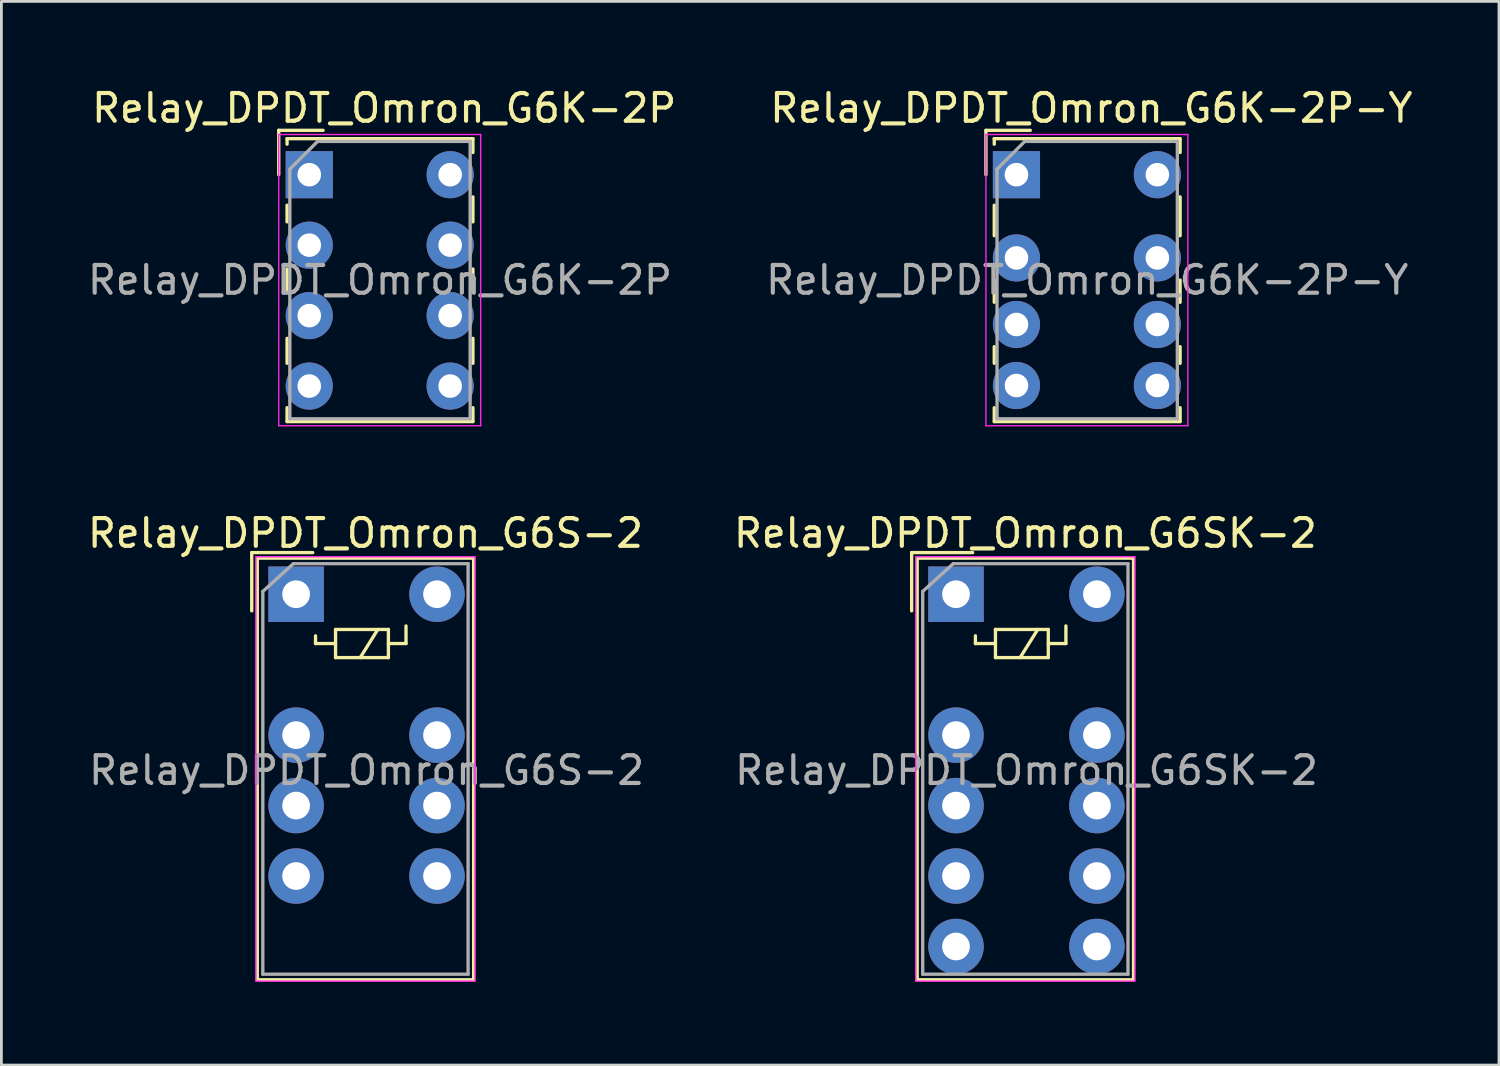
<source format=kicad_pcb>
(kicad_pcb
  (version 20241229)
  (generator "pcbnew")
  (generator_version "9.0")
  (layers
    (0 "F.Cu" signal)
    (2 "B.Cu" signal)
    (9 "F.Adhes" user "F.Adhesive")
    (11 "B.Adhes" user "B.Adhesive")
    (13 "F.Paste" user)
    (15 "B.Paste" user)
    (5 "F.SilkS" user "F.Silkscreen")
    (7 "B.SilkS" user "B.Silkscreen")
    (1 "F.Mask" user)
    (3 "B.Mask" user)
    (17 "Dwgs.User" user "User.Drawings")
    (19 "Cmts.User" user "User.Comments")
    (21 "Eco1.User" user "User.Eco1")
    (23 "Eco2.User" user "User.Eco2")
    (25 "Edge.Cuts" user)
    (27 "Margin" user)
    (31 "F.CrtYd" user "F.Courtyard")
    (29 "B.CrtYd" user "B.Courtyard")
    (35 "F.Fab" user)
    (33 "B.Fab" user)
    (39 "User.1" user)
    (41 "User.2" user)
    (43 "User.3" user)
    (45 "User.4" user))
  (footprint "Relay_DPDT_Omron_G6K-2P"
    (layer "F.Cu")
    (at 8.099 3.248)
    (property "Reference" "Relay_DPDT_Omron_G6K-2P" (at 2.7 -2.4 0) (layer "F.SilkS") (effects (font (size 1 1) (thickness 0.15))))
    (attr through_hole)
    (fp_line (start -1.1 -1.6) (end 0.5 -1.6) (stroke (width 0.12) (type solid)) (layer "F.SilkS"))
    (fp_line (start -1.1 0) (end -1.1 -1.6) (stroke (width 0.12) (type solid)) (layer "F.SilkS"))
    (fp_line (start -0.8 -1.3) (end -0.8 -1.1) (stroke (width 0.12) (type solid)) (layer "F.SilkS"))
    (fp_line (start -0.8 -1.3) (end 5.9 -1.3) (stroke (width 0.12) (type solid)) (layer "F.SilkS"))
    (fp_line (start -0.8 1.7) (end -0.8 1.1) (stroke (width 0.12) (type solid)) (layer "F.SilkS"))
    (fp_line (start -0.8 4.2) (end -0.8 3.4) (stroke (width 0.12) (type solid)) (layer "F.SilkS"))
    (fp_line (start -0.8 6.8) (end -0.8 5.9) (stroke (width 0.12) (type solid)) (layer "F.SilkS"))
    (fp_line (start -0.8 8.9) (end -0.8 8.4) (stroke (width 0.12) (type solid)) (layer "F.SilkS"))
    (fp_line (start 5.9 -1.3) (end 5.9 -0.8) (stroke (width 0.12) (type solid)) (layer "F.SilkS"))
    (fp_line (start 5.9 0.8) (end 5.9 1.7) (stroke (width 0.12) (type solid)) (layer "F.SilkS"))
    (fp_line (start 5.9 3.4) (end 5.9 4.2) (stroke (width 0.12) (type solid)) (layer "F.SilkS"))
    (fp_line (start 5.9 5.9) (end 5.9 6.8) (stroke (width 0.12) (type solid)) (layer "F.SilkS"))
    (fp_line (start 5.9 8.4) (end 5.9 8.9) (stroke (width 0.12) (type solid)) (layer "F.SilkS"))
    (fp_line (start 5.9 8.9) (end -0.8 8.9) (stroke (width 0.12) (type solid)) (layer "F.SilkS"))
    (fp_line (start -1.1 -1.45) (end -1.1 9.05) (stroke (width 0.05) (type solid)) (layer "F.CrtYd"))
    (fp_line (start -1.1 -1.45) (end 6.18 -1.45) (stroke (width 0.05) (type solid)) (layer "F.CrtYd"))
    (fp_line (start 6.18 9.05) (end -1.1 9.05) (stroke (width 0.05) (type solid)) (layer "F.CrtYd"))
    (fp_line (start 6.18 9.05) (end 6.18 -1.45) (stroke (width 0.05) (type solid)) (layer "F.CrtYd"))
    (fp_line (start -0.7 -0.2) (end 0.3 -1.2) (stroke (width 0.12) (type solid)) (layer "F.Fab"))
    (fp_line (start -0.7 8.8) (end -0.7 -0.2) (stroke (width 0.12) (type solid)) (layer "F.Fab"))
    (fp_line (start 0.3 -1.2) (end 5.8 -1.2) (stroke (width 0.12) (type solid)) (layer "F.Fab"))
    (fp_line (start 5.8 -1.2) (end 5.8 8.8) (stroke (width 0.12) (type solid)) (layer "F.Fab"))
    (fp_line (start 5.8 8.8) (end -0.7 8.8) (stroke (width 0.12) (type solid)) (layer "F.Fab"))
    (fp_text user "${REFERENCE}" (at 2.55 3.8 0) (layer "F.Fab") (effects (font (size 1 1) (thickness 0.15))))
    (pad "1" thru_hole rect (at 0 0) (size 1.7 1.7) (drill 0.85) (layers "*.Cu" "*.Mask"))
    (pad "2" thru_hole circle (at 0 2.54) (size 1.7 1.7) (drill 0.85) (layers "*.Cu" "*.Mask"))
    (pad "3" thru_hole circle (at 0 5.08) (size 1.7 1.7) (drill 0.85) (layers "*.Cu" "*.Mask"))
    (pad "4" thru_hole circle (at 0 7.62) (size 1.7 1.7) (drill 0.85) (layers "*.Cu" "*.Mask"))
    (pad "5" thru_hole circle (at 5.08 7.62) (size 1.7 1.7) (drill 0.85) (layers "*.Cu" "*.Mask"))
    (pad "6" thru_hole circle (at 5.08 5.08) (size 1.7 1.7) (drill 0.85) (layers "*.Cu" "*.Mask"))
    (pad "7" thru_hole circle (at 5.08 2.54) (size 1.7 1.7) (drill 0.85) (layers "*.Cu" "*.Mask"))
    (pad "8" thru_hole circle (at 5.08 0) (size 1.7 1.7) (drill 0.85) (layers "*.Cu" "*.Mask")))
  (footprint "Relay_DPDT_Omron_G6S-2"
    (layer "F.Cu")
    (at 7.625 18.372)
    (property "Reference" "Relay_DPDT_Omron_G6S-2" (at 2.5 -2.2 0) (layer "F.SilkS") (effects (font (size 1 1) (thickness 0.15))))
    (attr through_hole)
    (fp_line (start -1.6 -1.5) (end 0.6 -1.5) (stroke (width 0.12) (type solid)) (layer "F.SilkS"))
    (fp_line (start -1.6 0.6) (end -1.6 -1.5) (stroke (width 0.12) (type solid)) (layer "F.SilkS"))
    (fp_line (start -1.4 -1.3) (end 6.4 -1.3) (stroke (width 0.12) (type solid)) (layer "F.SilkS"))
    (fp_line (start -1.4 13.9) (end -1.4 -1.3) (stroke (width 0.12) (type solid)) (layer "F.SilkS"))
    (fp_line (start 0.7 1.5) (end 0.7 1.778) (stroke (width 0.12) (type solid)) (layer "F.SilkS"))
    (fp_line (start 0.7 1.778) (end 1.422 1.778) (stroke (width 0.12) (type solid)) (layer "F.SilkS"))
    (fp_line (start 1.422 1.27) (end 1.422 2.286) (stroke (width 0.12) (type solid)) (layer "F.SilkS"))
    (fp_line (start 1.422 2.286) (end 3.327 2.286) (stroke (width 0.12) (type solid)) (layer "F.SilkS"))
    (fp_line (start 2.946 1.27) (end 2.311 2.286) (stroke (width 0.12) (type solid)) (layer "F.SilkS"))
    (fp_line (start 3.327 1.27) (end 1.422 1.27) (stroke (width 0.12) (type solid)) (layer "F.SilkS"))
    (fp_line (start 3.327 1.27) (end 3.327 2.286) (stroke (width 0.12) (type solid)) (layer "F.SilkS"))
    (fp_line (start 3.962 1.143) (end 3.962 1.778) (stroke (width 0.12) (type solid)) (layer "F.SilkS"))
    (fp_line (start 3.962 1.778) (end 3.327 1.778) (stroke (width 0.12) (type solid)) (layer "F.SilkS"))
    (fp_line (start 6.4 -1.3) (end 6.4 13.9) (stroke (width 0.12) (type solid)) (layer "F.SilkS"))
    (fp_line (start 6.4 13.9) (end -1.4 13.9) (stroke (width 0.12) (type solid)) (layer "F.SilkS"))
    (fp_line (start -1.45 -1.35) (end -1.45 13.95) (stroke (width 0.05) (type solid)) (layer "F.CrtYd"))
    (fp_line (start -1.45 -1.35) (end 6.45 -1.35) (stroke (width 0.05) (type solid)) (layer "F.CrtYd"))
    (fp_line (start 6.45 13.95) (end -1.45 13.95) (stroke (width 0.05) (type solid)) (layer "F.CrtYd"))
    (fp_line (start 6.45 13.95) (end 6.45 -1.35) (stroke (width 0.05) (type solid)) (layer "F.CrtYd"))
    (fp_line (start -1.2 -0.1) (end -0.1 -1.1) (stroke (width 0.12) (type solid)) (layer "F.Fab"))
    (fp_line (start -1.2 13.7) (end -1.2 -0.1) (stroke (width 0.12) (type solid)) (layer "F.Fab"))
    (fp_line (start -0.1 -1.1) (end 6.2 -1.1) (stroke (width 0.12) (type solid)) (layer "F.Fab"))
    (fp_line (start 6.2 -1.1) (end 6.2 13.7) (stroke (width 0.12) (type solid)) (layer "F.Fab"))
    (fp_line (start 6.2 13.7) (end -1.2 13.7) (stroke (width 0.12) (type solid)) (layer "F.Fab"))
    (fp_text user "${REFERENCE}" (at 2.54 6.35 0) (layer "F.Fab") (effects (font (size 1 1) (thickness 0.15))))
    (pad "1" thru_hole rect (at 0 0) (size 2 2) (drill 1) (layers "*.Cu" "*.Mask"))
    (pad "3" thru_hole circle (at 0 5.08) (size 2 2) (drill 1) (layers "*.Cu" "*.Mask"))
    (pad "4" thru_hole circle (at 0 7.62 270) (size 2 2) (drill 1) (layers "*.Cu" "*.Mask"))
    (pad "5" thru_hole circle (at 0 10.16) (size 2 2) (drill 1) (layers "*.Cu" "*.Mask"))
    (pad "8" thru_hole circle (at 5.08 10.16) (size 2 2) (drill 1) (layers "*.Cu" "*.Mask"))
    (pad "9" thru_hole circle (at 5.08 7.62 270) (size 2 2) (drill 1) (layers "*.Cu" "*.Mask"))
    (pad "10" thru_hole circle (at 5.08 5.08) (size 2 2) (drill 1) (layers "*.Cu" "*.Mask"))
    (pad "12" thru_hole circle (at 5.08 0) (size 2 2) (drill 1) (layers "*.Cu" "*.Mask")))
  (footprint "Relay_DPDT_Omron_G6SK-2"
    (layer "F.Cu")
    (at 31.415 18.372)
    (property "Reference" "Relay_DPDT_Omron_G6SK-2" (at 2.5 -2.2 0) (layer "F.SilkS") (effects (font (size 1 1) (thickness 0.15))))
    (attr through_hole)
    (fp_line (start -1.6 -1.5) (end 0.6 -1.5) (stroke (width 0.12) (type solid)) (layer "F.SilkS"))
    (fp_line (start -1.6 0.6) (end -1.6 -1.5) (stroke (width 0.12) (type solid)) (layer "F.SilkS"))
    (fp_line (start -1.4 -1.3) (end 6.4 -1.3) (stroke (width 0.12) (type solid)) (layer "F.SilkS"))
    (fp_line (start -1.4 13.9) (end -1.4 -1.3) (stroke (width 0.12) (type solid)) (layer "F.SilkS"))
    (fp_line (start 0.7 1.5) (end 0.7 1.778) (stroke (width 0.12) (type solid)) (layer "F.SilkS"))
    (fp_line (start 0.7 1.778) (end 1.422 1.778) (stroke (width 0.12) (type solid)) (layer "F.SilkS"))
    (fp_line (start 1.422 1.27) (end 1.422 2.286) (stroke (width 0.12) (type solid)) (layer "F.SilkS"))
    (fp_line (start 1.422 2.286) (end 3.327 2.286) (stroke (width 0.12) (type solid)) (layer "F.SilkS"))
    (fp_line (start 2.946 1.27) (end 2.311 2.286) (stroke (width 0.12) (type solid)) (layer "F.SilkS"))
    (fp_line (start 3.327 1.27) (end 1.422 1.27) (stroke (width 0.12) (type solid)) (layer "F.SilkS"))
    (fp_line (start 3.327 1.27) (end 3.327 2.286) (stroke (width 0.12) (type solid)) (layer "F.SilkS"))
    (fp_line (start 3.962 1.143) (end 3.962 1.778) (stroke (width 0.12) (type solid)) (layer "F.SilkS"))
    (fp_line (start 3.962 1.778) (end 3.327 1.778) (stroke (width 0.12) (type solid)) (layer "F.SilkS"))
    (fp_line (start 6.4 -1.3) (end 6.4 13.9) (stroke (width 0.12) (type solid)) (layer "F.SilkS"))
    (fp_line (start 6.4 13.9) (end -1.4 13.9) (stroke (width 0.12) (type solid)) (layer "F.SilkS"))
    (fp_line (start -1.45 -1.35) (end -1.45 13.95) (stroke (width 0.05) (type solid)) (layer "F.CrtYd"))
    (fp_line (start -1.45 -1.35) (end 6.45 -1.35) (stroke (width 0.05) (type solid)) (layer "F.CrtYd"))
    (fp_line (start 6.45 13.95) (end -1.45 13.95) (stroke (width 0.05) (type solid)) (layer "F.CrtYd"))
    (fp_line (start 6.45 13.95) (end 6.45 -1.35) (stroke (width 0.05) (type solid)) (layer "F.CrtYd"))
    (fp_line (start -1.2 -0.1) (end -0.1 -1.1) (stroke (width 0.12) (type solid)) (layer "F.Fab"))
    (fp_line (start -1.2 13.7) (end -1.2 -0.1) (stroke (width 0.12) (type solid)) (layer "F.Fab"))
    (fp_line (start -0.1 -1.1) (end 6.2 -1.1) (stroke (width 0.12) (type solid)) (layer "F.Fab"))
    (fp_line (start 6.2 -1.1) (end 6.2 13.7) (stroke (width 0.12) (type solid)) (layer "F.Fab"))
    (fp_line (start 6.2 13.7) (end -1.2 13.7) (stroke (width 0.12) (type solid)) (layer "F.Fab"))
    (fp_text user "${REFERENCE}" (at 2.54 6.35 0) (layer "F.Fab") (effects (font (size 1 1) (thickness 0.15))))
    (pad "1" thru_hole rect (at 0 0) (size 2 2) (drill 1) (layers "*.Cu" "*.Mask"))
    (pad "3" thru_hole circle (at 0 5.08) (size 2 2) (drill 1) (layers "*.Cu" "*.Mask"))
    (pad "4" thru_hole circle (at 0 7.62 270) (size 2 2) (drill 1) (layers "*.Cu" "*.Mask"))
    (pad "5" thru_hole circle (at 0 10.16) (size 2 2) (drill 1) (layers "*.Cu" "*.Mask"))
    (pad "6" thru_hole circle (at 0 12.7) (size 2 2) (drill 1) (layers "*.Cu" "*.Mask"))
    (pad "7" thru_hole circle (at 5.08 12.7) (size 2 2) (drill 1) (layers "*.Cu" "*.Mask"))
    (pad "8" thru_hole circle (at 5.08 10.16) (size 2 2) (drill 1) (layers "*.Cu" "*.Mask"))
    (pad "9" thru_hole circle (at 5.08 7.62 270) (size 2 2) (drill 1) (layers "*.Cu" "*.Mask"))
    (pad "10" thru_hole circle (at 5.08 5.08) (size 2 2) (drill 1) (layers "*.Cu" "*.Mask"))
    (pad "12" thru_hole circle (at 5.08 0) (size 2 2) (drill 1) (layers "*.Cu" "*.Mask")))
  (footprint "Relay_DPDT_Omron_G6K-2P-Y"
    (layer "F.Cu")
    (at 33.594 3.248)
    (property "Reference" "Relay_DPDT_Omron_G6K-2P-Y" (at 2.7 -2.4 0) (layer "F.SilkS") (effects (font (size 1 1) (thickness 0.15))))
    (attr through_hole)
    (fp_line (start -1.1 -1.6) (end 0.5 -1.6) (stroke (width 0.12) (type solid)) (layer "F.SilkS"))
    (fp_line (start -1.1 0) (end -1.1 -1.6) (stroke (width 0.12) (type solid)) (layer "F.SilkS"))
    (fp_line (start -0.8 -1.3) (end -0.8 -1.1) (stroke (width 0.12) (type solid)) (layer "F.SilkS"))
    (fp_line (start -0.8 -1.3) (end 5.9 -1.3) (stroke (width 0.12) (type solid)) (layer "F.SilkS"))
    (fp_line (start -0.8 2.2) (end -0.8 1.1) (stroke (width 0.12) (type solid)) (layer "F.SilkS"))
    (fp_line (start -0.8 4.6) (end -0.8 3.8) (stroke (width 0.12) (type solid)) (layer "F.SilkS"))
    (fp_line (start -0.8 6.8) (end -0.8 6.2) (stroke (width 0.12) (type solid)) (layer "F.SilkS"))
    (fp_line (start -0.8 8.9) (end -0.8 8.4) (stroke (width 0.12) (type solid)) (layer "F.SilkS"))
    (fp_line (start 5.9 -1.3) (end 5.9 -0.8) (stroke (width 0.12) (type solid)) (layer "F.SilkS"))
    (fp_line (start 5.9 0.8) (end 5.9 2.2) (stroke (width 0.12) (type solid)) (layer "F.SilkS"))
    (fp_line (start 5.9 3.8) (end 5.9 4.6) (stroke (width 0.12) (type solid)) (layer "F.SilkS"))
    (fp_line (start 5.9 6.2) (end 5.9 6.8) (stroke (width 0.12) (type solid)) (layer "F.SilkS"))
    (fp_line (start 5.9 8.4) (end 5.9 8.9) (stroke (width 0.12) (type solid)) (layer "F.SilkS"))
    (fp_line (start 5.9 8.9) (end -0.8 8.9) (stroke (width 0.12) (type solid)) (layer "F.SilkS"))
    (fp_line (start -1.1 -1.45) (end -1.1 9.05) (stroke (width 0.05) (type solid)) (layer "F.CrtYd"))
    (fp_line (start -1.1 -1.45) (end 6.18 -1.45) (stroke (width 0.05) (type solid)) (layer "F.CrtYd"))
    (fp_line (start 6.18 9.05) (end -1.1 9.05) (stroke (width 0.05) (type solid)) (layer "F.CrtYd"))
    (fp_line (start 6.18 9.05) (end 6.18 -1.45) (stroke (width 0.05) (type solid)) (layer "F.CrtYd"))
    (fp_line (start -0.7 -0.2) (end 0.3 -1.2) (stroke (width 0.12) (type solid)) (layer "F.Fab"))
    (fp_line (start -0.7 8.8) (end -0.7 -0.2) (stroke (width 0.12) (type solid)) (layer "F.Fab"))
    (fp_line (start 0.3 -1.2) (end 5.8 -1.2) (stroke (width 0.12) (type solid)) (layer "F.Fab"))
    (fp_line (start 5.8 -1.2) (end 5.8 8.8) (stroke (width 0.12) (type solid)) (layer "F.Fab"))
    (fp_line (start 5.8 8.8) (end -0.7 8.8) (stroke (width 0.12) (type solid)) (layer "F.Fab"))
    (fp_text user "${REFERENCE}" (at 2.55 3.8 0) (layer "F.Fab") (effects (font (size 1 1) (thickness 0.15))))
    (pad "1" thru_hole rect (at 0 0) (size 1.7 1.7) (drill 0.85) (layers "*.Cu" "*.Mask"))
    (pad "2" thru_hole circle (at 0 3) (size 1.7 1.7) (drill 0.85) (layers "*.Cu" "*.Mask"))
    (pad "3" thru_hole circle (at 0 5.4) (size 1.7 1.7) (drill 0.85) (layers "*.Cu" "*.Mask"))
    (pad "4" thru_hole circle (at 0 7.6) (size 1.7 1.7) (drill 0.85) (layers "*.Cu" "*.Mask"))
    (pad "5" thru_hole circle (at 5.08 7.6) (size 1.7 1.7) (drill 0.85) (layers "*.Cu" "*.Mask"))
    (pad "6" thru_hole circle (at 5.08 5.4) (size 1.7 1.7) (drill 0.85) (layers "*.Cu" "*.Mask"))
    (pad "7" thru_hole circle (at 5.08 3) (size 1.7 1.7) (drill 0.85) (layers "*.Cu" "*.Mask"))
    (pad "8" thru_hole circle (at 5.08 0) (size 1.7 1.7) (drill 0.85) (layers "*.Cu" "*.Mask")))
  (gr_rect
    (start -3 -3)
    (end 50.99 35.346)
    (stroke (width 0.1) (type default))
    (fill no)
    (layer "Edge.Cuts")))
</source>
